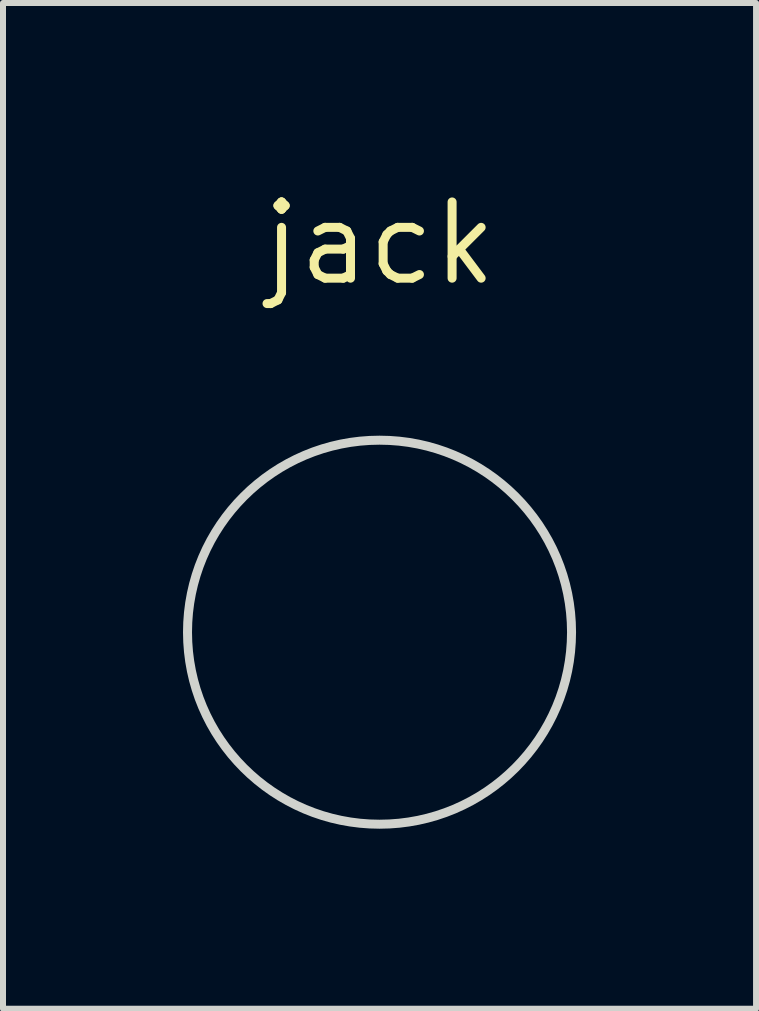
<source format=kicad_pcb>
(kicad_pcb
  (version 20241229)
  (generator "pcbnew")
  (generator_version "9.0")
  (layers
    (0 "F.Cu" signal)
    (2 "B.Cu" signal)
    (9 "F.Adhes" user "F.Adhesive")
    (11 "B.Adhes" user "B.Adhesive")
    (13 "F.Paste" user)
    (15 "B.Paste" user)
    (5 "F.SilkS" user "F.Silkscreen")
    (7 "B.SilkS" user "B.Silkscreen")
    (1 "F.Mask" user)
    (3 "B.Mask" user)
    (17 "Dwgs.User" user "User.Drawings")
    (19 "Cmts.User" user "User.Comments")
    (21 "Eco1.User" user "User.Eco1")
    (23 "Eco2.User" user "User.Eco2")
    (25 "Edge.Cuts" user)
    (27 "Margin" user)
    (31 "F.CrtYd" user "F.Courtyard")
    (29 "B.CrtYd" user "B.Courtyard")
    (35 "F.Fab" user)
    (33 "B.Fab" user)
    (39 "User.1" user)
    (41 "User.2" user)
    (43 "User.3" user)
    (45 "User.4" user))
  (footprint "jack"
    (layer "F.Cu")
    (at 3.275 1.006)
    (property "Reference" "jack" (at 0 0 0) (layer "F.SilkS") (effects (font (size 1.27 1.27) (thickness 0.15))))
    (attr through_hole)
    (fp_circle (center 0 6.48) (end 3.2 6.48) (stroke (width 0.15) (type solid)) (fill no) (layer "Edge.Cuts")))
  (gr_rect
    (start -3 -3)
    (end 9.55 13.761)
    (stroke (width 0.1) (type default))
    (fill no)
    (layer "Edge.Cuts")))
</source>
